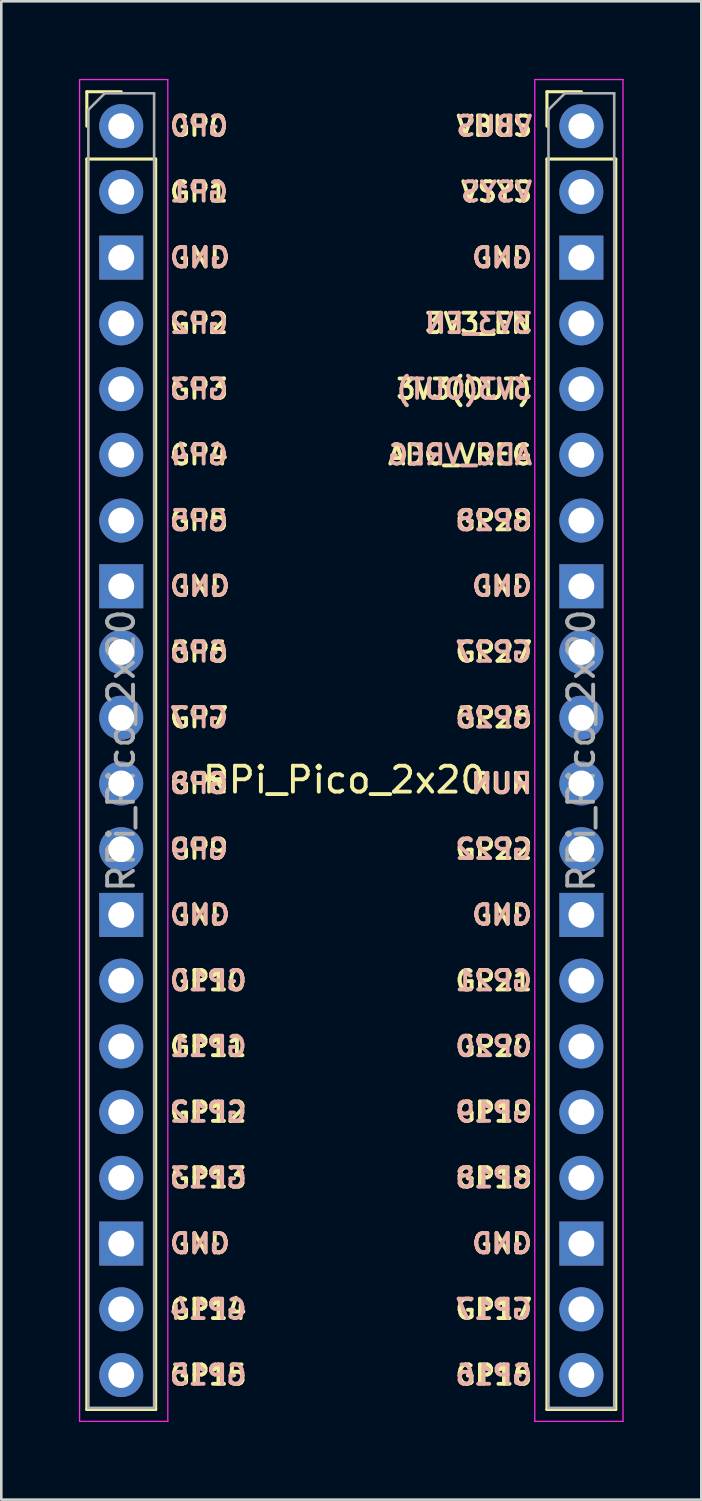
<source format=kicad_pcb>
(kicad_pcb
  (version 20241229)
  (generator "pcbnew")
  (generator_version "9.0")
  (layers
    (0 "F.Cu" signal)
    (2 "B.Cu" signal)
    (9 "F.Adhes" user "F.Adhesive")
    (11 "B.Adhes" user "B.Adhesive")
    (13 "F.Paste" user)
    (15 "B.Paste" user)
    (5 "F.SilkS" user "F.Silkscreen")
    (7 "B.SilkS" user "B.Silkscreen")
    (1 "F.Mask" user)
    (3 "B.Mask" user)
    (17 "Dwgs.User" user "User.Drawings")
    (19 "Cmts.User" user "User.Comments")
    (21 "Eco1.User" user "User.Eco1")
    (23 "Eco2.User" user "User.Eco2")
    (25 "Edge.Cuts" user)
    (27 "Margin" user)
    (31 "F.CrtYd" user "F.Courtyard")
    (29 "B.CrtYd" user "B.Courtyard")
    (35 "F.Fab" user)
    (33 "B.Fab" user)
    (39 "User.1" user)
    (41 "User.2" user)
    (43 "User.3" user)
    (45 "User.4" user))
  (footprint "RPi_Pico_2x20"
    (layer "F.Cu")
    (at 1.635 1.825)
    (property "Reference" "RPi_Pico_2x20" (at 8.61 25.26 0) (layer "F.SilkS") (effects (font (size 1 1) (thickness 0.15))))
    (attr through_hole exclude_from_bom)
    (fp_line (start -1.33 -1.33) (end 0 -1.33) (stroke (width 0.12) (type solid)) (layer "F.SilkS"))
    (fp_line (start -1.33 0) (end -1.33 -1.33) (stroke (width 0.12) (type solid)) (layer "F.SilkS"))
    (fp_line (start -1.33 1.27) (end -1.33 49.59) (stroke (width 0.12) (type solid)) (layer "F.SilkS"))
    (fp_line (start -1.33 1.27) (end 1.33 1.27) (stroke (width 0.12) (type solid)) (layer "F.SilkS"))
    (fp_line (start -1.33 49.59) (end 1.33 49.59) (stroke (width 0.12) (type solid)) (layer "F.SilkS"))
    (fp_line (start 1.33 1.27) (end 1.33 49.59) (stroke (width 0.12) (type solid)) (layer "F.SilkS"))
    (fp_line (start 16.45 -1.33) (end 17.78 -1.33) (stroke (width 0.12) (type solid)) (layer "F.SilkS"))
    (fp_line (start 16.45 0) (end 16.45 -1.33) (stroke (width 0.12) (type solid)) (layer "F.SilkS"))
    (fp_line (start 16.45 1.27) (end 16.45 49.59) (stroke (width 0.12) (type solid)) (layer "F.SilkS"))
    (fp_line (start 16.45 1.27) (end 19.11 1.27) (stroke (width 0.12) (type solid)) (layer "F.SilkS"))
    (fp_line (start 16.45 49.59) (end 19.11 49.59) (stroke (width 0.12) (type solid)) (layer "F.SilkS"))
    (fp_line (start 19.11 1.27) (end 19.11 49.59) (stroke (width 0.12) (type solid)) (layer "F.SilkS"))
    (fp_line (start -1.61 -1.8) (end -1.61 50.05) (stroke (width 0.05) (type solid)) (layer "F.CrtYd"))
    (fp_line (start -1.61 50.05) (end 1.8 50.05) (stroke (width 0.05) (type solid)) (layer "F.CrtYd"))
    (fp_line (start 1.8 -1.8) (end -1.61 -1.8) (stroke (width 0.05) (type solid)) (layer "F.CrtYd"))
    (fp_line (start 1.8 50.05) (end 1.8 -1.8) (stroke (width 0.05) (type solid)) (layer "F.CrtYd"))
    (fp_line (start 15.98 -1.8) (end 15.98 50.05) (stroke (width 0.05) (type solid)) (layer "F.CrtYd"))
    (fp_line (start 15.98 50.05) (end 19.39 50.05) (stroke (width 0.05) (type solid)) (layer "F.CrtYd"))
    (fp_line (start 19.39 -1.8) (end 15.98 -1.8) (stroke (width 0.05) (type solid)) (layer "F.CrtYd"))
    (fp_line (start 19.39 50.05) (end 19.39 -1.8) (stroke (width 0.05) (type solid)) (layer "F.CrtYd"))
    (fp_line (start -1.27 -0.635) (end -0.635 -1.27) (stroke (width 0.1) (type solid)) (layer "F.Fab"))
    (fp_line (start -1.27 49.53) (end -1.27 -0.635) (stroke (width 0.1) (type solid)) (layer "F.Fab"))
    (fp_line (start -0.635 -1.27) (end 1.27 -1.27) (stroke (width 0.1) (type solid)) (layer "F.Fab"))
    (fp_line (start 1.27 -1.27) (end 1.27 49.53) (stroke (width 0.1) (type solid)) (layer "F.Fab"))
    (fp_line (start 1.27 49.53) (end -1.27 49.53) (stroke (width 0.1) (type solid)) (layer "F.Fab"))
    (fp_line (start 16.51 -0.635) (end 17.145 -1.27) (stroke (width 0.1) (type solid)) (layer "F.Fab"))
    (fp_line (start 16.51 49.53) (end 16.51 -0.635) (stroke (width 0.1) (type solid)) (layer "F.Fab"))
    (fp_line (start 17.145 -1.27) (end 19.05 -1.27) (stroke (width 0.1) (type solid)) (layer "F.Fab"))
    (fp_line (start 19.05 -1.27) (end 19.05 49.53) (stroke (width 0.1) (type solid)) (layer "F.Fab"))
    (fp_line (start 19.05 49.53) (end 16.51 49.53) (stroke (width 0.1) (type solid)) (layer "F.Fab"))
    (fp_text user "GP15" (at 1.8 48.26 0) (unlocked yes) (layer "F.SilkS") (effects (font (size 0.75 0.75) (thickness 0.15)) (justify left)))
    (fp_text user "GND" (at 1.8 5.08 0) (unlocked yes) (layer "F.SilkS") (effects (font (size 0.75 0.75) (thickness 0.15)) (justify left)))
    (fp_text user "GP4" (at 1.8 12.7 0) (unlocked yes) (layer "F.SilkS") (effects (font (size 0.75 0.75) (thickness 0.15)) (justify left)))
    (fp_text user "3V3_EN" (at 15.96 7.62 0) (unlocked yes) (layer "F.SilkS") (effects (font (size 0.75 0.75) (thickness 0.15)) (justify right)))
    (fp_text user "GP28" (at 15.96 15.24 0) (unlocked yes) (layer "F.SilkS") (effects (font (size 0.75 0.75) (thickness 0.15)) (justify right)))
    (fp_text user "GP7" (at 1.8 22.86 0) (unlocked yes) (layer "F.SilkS") (effects (font (size 0.75 0.75) (thickness 0.15)) (justify left)))
    (fp_text user "GP11" (at 1.8 35.56 0) (unlocked yes) (layer "F.SilkS") (effects (font (size 0.75 0.75) (thickness 0.15)) (justify left)))
    (fp_text user "GP19" (at 15.96 38.1 0) (unlocked yes) (layer "F.SilkS") (effects (font (size 0.75 0.75) (thickness 0.15)) (justify right)))
    (fp_text user "GP5" (at 1.8 15.24 0) (unlocked yes) (layer "F.SilkS") (effects (font (size 0.75 0.75) (thickness 0.15)) (justify left)))
    (fp_text user "GP12" (at 1.8 38.1 0) (unlocked yes) (layer "F.SilkS") (effects (font (size 0.75 0.75) (thickness 0.15)) (justify left)))
    (fp_text user "GP26" (at 15.96 22.86 0) (unlocked yes) (layer "F.SilkS") (effects (font (size 0.75 0.75) (thickness 0.15)) (justify right)))
    (fp_text user "GP3" (at 1.8 10.16 0) (unlocked yes) (layer "F.SilkS") (effects (font (size 0.75 0.75) (thickness 0.15)) (justify left)))
    (fp_text user "GP10" (at 1.8 33.02 0) (unlocked yes) (layer "F.SilkS") (effects (font (size 0.75 0.75) (thickness 0.15)) (justify left)))
    (fp_text user "GND" (at 1.8 43.18 0) (unlocked yes) (layer "F.SilkS") (effects (font (size 0.75 0.75) (thickness 0.15)) (justify left)))
    (fp_text user "GP2" (at 1.8 7.62 0) (unlocked yes) (layer "F.SilkS") (effects (font (size 0.75 0.75) (thickness 0.15)) (justify left)))
    (fp_text user "GP21" (at 15.96 33.02 0) (unlocked yes) (layer "F.SilkS") (effects (font (size 0.75 0.75) (thickness 0.15)) (justify right)))
    (fp_text user "3V3(OUT)" (at 15.96 10.16 0) (unlocked yes) (layer "F.SilkS") (effects (font (size 0.75 0.75) (thickness 0.15)) (justify right)))
    (fp_text user "GND" (at 15.96 30.48 0) (unlocked yes) (layer "F.SilkS") (effects (font (size 0.75 0.75) (thickness 0.15)) (justify right)))
    (fp_text user "GP1" (at 1.8 2.54 0) (unlocked yes) (layer "F.SilkS") (effects (font (size 0.75 0.75) (thickness 0.15)) (justify left)))
    (fp_text user "GP9" (at 1.8 27.94 0) (unlocked yes) (layer "F.SilkS") (effects (font (size 0.75 0.75) (thickness 0.15)) (justify left)))
    (fp_text user "GP0" (at 1.8 0 0) (unlocked yes) (layer "F.SilkS") (effects (font (size 0.75 0.75) (thickness 0.15)) (justify left)))
    (fp_text user "GND" (at 1.8 30.48 0) (unlocked yes) (layer "F.SilkS") (effects (font (size 0.75 0.75) (thickness 0.15)) (justify left)))
    (fp_text user "GP17" (at 15.96 45.72 0) (unlocked yes) (layer "F.SilkS") (effects (font (size 0.75 0.75) (thickness 0.15)) (justify right)))
    (fp_text user "GND" (at 1.8 17.78 0) (unlocked yes) (layer "F.SilkS") (effects (font (size 0.75 0.75) (thickness 0.15)) (justify left)))
    (fp_text user "GP8" (at 1.8 25.4 0) (unlocked yes) (layer "F.SilkS") (effects (font (size 0.75 0.75) (thickness 0.15)) (justify left)))
    (fp_text user "GP6" (at 1.8 20.32 0) (unlocked yes) (layer "F.SilkS") (effects (font (size 0.75 0.75) (thickness 0.15)) (justify left)))
    (fp_text user "GP22" (at 15.96 27.94 0) (unlocked yes) (layer "F.SilkS") (effects (font (size 0.75 0.75) (thickness 0.15)) (justify right)))
    (fp_text user "GND" (at 15.96 17.78 0) (unlocked yes) (layer "F.SilkS") (effects (font (size 0.75 0.75) (thickness 0.15)) (justify right)))
    (fp_text user "VSYS" (at 15.96 2.54 0) (unlocked yes) (layer "F.SilkS") (effects (font (size 0.75 0.75) (thickness 0.15)) (justify right)))
    (fp_text user "GP16" (at 15.96 48.26 0) (unlocked yes) (layer "F.SilkS") (effects (font (size 0.75 0.75) (thickness 0.15)) (justify right)))
    (fp_text user "GP27" (at 15.96 20.32 0) (unlocked yes) (layer "F.SilkS") (effects (font (size 0.75 0.75) (thickness 0.15)) (justify right)))
    (fp_text user "GP18" (at 15.96 40.64 0) (unlocked yes) (layer "F.SilkS") (effects (font (size 0.75 0.75) (thickness 0.15)) (justify right)))
    (fp_text user "GP13" (at 1.8 40.64 0) (unlocked yes) (layer "F.SilkS") (effects (font (size 0.75 0.75) (thickness 0.15)) (justify left)))
    (fp_text user "GP14" (at 1.8 45.72 0) (unlocked yes) (layer "F.SilkS") (effects (font (size 0.75 0.75) (thickness 0.15)) (justify left)))
    (fp_text user "GND" (at 15.96 43.18 0) (unlocked yes) (layer "F.SilkS") (effects (font (size 0.75 0.75) (thickness 0.15)) (justify right)))
    (fp_text user "GND" (at 15.96 5.08 0) (unlocked yes) (layer "F.SilkS") (effects (font (size 0.75 0.75) (thickness 0.15)) (justify right)))
    (fp_text user "RUN" (at 15.96 25.4 0) (unlocked yes) (layer "F.SilkS") (effects (font (size 0.75 0.75) (thickness 0.15)) (justify right)))
    (fp_text user "GP20" (at 15.96 35.56 0) (unlocked yes) (layer "F.SilkS") (effects (font (size 0.75 0.75) (thickness 0.15)) (justify right)))
    (fp_text user "ADC_VREG" (at 15.96 12.7 0) (unlocked yes) (layer "F.SilkS") (effects (font (size 0.75 0.75) (thickness 0.15)) (justify right)))
    (fp_text user "VBUS" (at 15.96 0 0) (unlocked yes) (layer "F.SilkS") (effects (font (size 0.75 0.75) (thickness 0.15)) (justify right)))
    (fp_text user "GND" (at 1.8 43.18 0) (unlocked yes) (layer "B.SilkS") (effects (font (size 0.75 0.75) (thickness 0.15)) (justify right mirror)))
    (fp_text user "GP8" (at 1.8 25.4 0) (unlocked yes) (layer "B.SilkS") (effects (font (size 0.75 0.75) (thickness 0.15)) (justify right mirror)))
    (fp_text user "VSYS" (at 15.96 2.54 0) (unlocked yes) (layer "B.SilkS") (effects (font (size 0.75 0.75) (thickness 0.15)) (justify left mirror)))
    (fp_text user "GP2" (at 1.8 7.62 0) (unlocked yes) (layer "B.SilkS") (effects (font (size 0.75 0.75) (thickness 0.15)) (justify right mirror)))
    (fp_text user "GND" (at 1.8 5.08 0) (unlocked yes) (layer "B.SilkS") (effects (font (size 0.75 0.75) (thickness 0.15)) (justify right mirror)))
    (fp_text user "RUN" (at 15.96 25.4 0) (unlocked yes) (layer "B.SilkS") (effects (font (size 0.75 0.75) (thickness 0.15)) (justify left mirror)))
    (fp_text user "GP4" (at 1.8 12.7 0) (unlocked yes) (layer "B.SilkS") (effects (font (size 0.75 0.75) (thickness 0.15)) (justify right mirror)))
    (fp_text user "GP28" (at 15.96 15.24 0) (unlocked yes) (layer "B.SilkS") (effects (font (size 0.75 0.75) (thickness 0.15)) (justify left mirror)))
    (fp_text user "GP17" (at 15.96 45.72 0) (unlocked yes) (layer "B.SilkS") (effects (font (size 0.75 0.75) (thickness 0.15)) (justify left mirror)))
    (fp_text user "GP22" (at 15.96 27.94 0) (unlocked yes) (layer "B.SilkS") (effects (font (size 0.75 0.75) (thickness 0.15)) (justify left mirror)))
    (fp_text user "GP7" (at 1.8 22.86 0) (unlocked yes) (layer "B.SilkS") (effects (font (size 0.75 0.75) (thickness 0.15)) (justify right mirror)))
    (fp_text user "GP1" (at 1.8 2.54 0) (unlocked yes) (layer "B.SilkS") (effects (font (size 0.75 0.75) (thickness 0.15)) (justify right mirror)))
    (fp_text user "GP14" (at 1.8 45.72 0) (unlocked yes) (layer "B.SilkS") (effects (font (size 0.75 0.75) (thickness 0.15)) (justify right mirror)))
    (fp_text user "GP6" (at 1.8 20.32 0) (unlocked yes) (layer "B.SilkS") (effects (font (size 0.75 0.75) (thickness 0.15)) (justify right mirror)))
    (fp_text user "GND" (at 1.8 30.48 0) (unlocked yes) (layer "B.SilkS") (effects (font (size 0.75 0.75) (thickness 0.15)) (justify right mirror)))
    (fp_text user "GP0" (at 1.8 0 0) (unlocked yes) (layer "B.SilkS") (effects (font (size 0.75 0.75) (thickness 0.15)) (justify right mirror)))
    (fp_text user "GND" (at 15.96 30.48 0) (unlocked yes) (layer "B.SilkS") (effects (font (size 0.75 0.75) (thickness 0.15)) (justify left mirror)))
    (fp_text user "GP21" (at 15.96 33.02 0) (unlocked yes) (layer "B.SilkS") (effects (font (size 0.75 0.75) (thickness 0.15)) (justify left mirror)))
    (fp_text user "GND" (at 15.96 5.08 0) (unlocked yes) (layer "B.SilkS") (effects (font (size 0.75 0.75) (thickness 0.15)) (justify left mirror)))
    (fp_text user "GP9" (at 1.8 27.94 0) (unlocked yes) (layer "B.SilkS") (effects (font (size 0.75 0.75) (thickness 0.15)) (justify right mirror)))
    (fp_text user "GND" (at 15.96 17.78 0) (unlocked yes) (layer "B.SilkS") (effects (font (size 0.75 0.75) (thickness 0.15)) (justify left mirror)))
    (fp_text user "GP3" (at 1.8 10.16 0) (unlocked yes) (layer "B.SilkS") (effects (font (size 0.75 0.75) (thickness 0.15)) (justify right mirror)))
    (fp_text user "GP16" (at 15.96 48.26 0) (unlocked yes) (layer "B.SilkS") (effects (font (size 0.75 0.75) (thickness 0.15)) (justify left mirror)))
    (fp_text user "GP19" (at 15.96 38.1 0) (unlocked yes) (layer "B.SilkS") (effects (font (size 0.75 0.75) (thickness 0.15)) (justify left mirror)))
    (fp_text user "GND" (at 15.96 43.18 0) (unlocked yes) (layer "B.SilkS") (effects (font (size 0.75 0.75) (thickness 0.15)) (justify left mirror)))
    (fp_text user "GP12" (at 1.8 38.1 0) (unlocked yes) (layer "B.SilkS") (effects (font (size 0.75 0.75) (thickness 0.15)) (justify right mirror)))
    (fp_text user "3V3(OUT)" (at 15.96 10.16 0) (unlocked yes) (layer "B.SilkS") (effects (font (size 0.75 0.75) (thickness 0.15)) (justify left mirror)))
    (fp_text user "VBUS" (at 15.96 0 0) (unlocked yes) (layer "B.SilkS") (effects (font (size 0.75 0.75) (thickness 0.15)) (justify left mirror)))
    (fp_text user "GP10" (at 1.8 33.02 0) (unlocked yes) (layer "B.SilkS") (effects (font (size 0.75 0.75) (thickness 0.15)) (justify right mirror)))
    (fp_text user "GP18" (at 15.96 40.64 0) (unlocked yes) (layer "B.SilkS") (effects (font (size 0.75 0.75) (thickness 0.15)) (justify left mirror)))
    (fp_text user "GP20" (at 15.96 35.56 0) (unlocked yes) (layer "B.SilkS") (effects (font (size 0.75 0.75) (thickness 0.15)) (justify left mirror)))
    (fp_text user "GP13" (at 1.8 40.64 0) (unlocked yes) (layer "B.SilkS") (effects (font (size 0.75 0.75) (thickness 0.15)) (justify right mirror)))
    (fp_text user "GND" (at 1.8 17.78 0) (unlocked yes) (layer "B.SilkS") (effects (font (size 0.75 0.75) (thickness 0.15)) (justify right mirror)))
    (fp_text user "ADC_VREG" (at 15.96 12.7 0) (unlocked yes) (layer "B.SilkS") (effects (font (size 0.75 0.75) (thickness 0.15)) (justify left mirror)))
    (fp_text user "GP27" (at 15.96 20.32 0) (unlocked yes) (layer "B.SilkS") (effects (font (size 0.75 0.75) (thickness 0.15)) (justify left mirror)))
    (fp_text user "GP5" (at 1.8 15.24 0) (unlocked yes) (layer "B.SilkS") (effects (font (size 0.75 0.75) (thickness 0.15)) (justify right mirror)))
    (fp_text user "GP15" (at 1.8 48.26 0) (unlocked yes) (layer "B.SilkS") (effects (font (size 0.75 0.75) (thickness 0.15)) (justify right mirror)))
    (fp_text user "GP11" (at 1.8 35.56 0) (unlocked yes) (layer "B.SilkS") (effects (font (size 0.75 0.75) (thickness 0.15)) (justify right mirror)))
    (fp_text user "3V3_EN" (at 15.96 7.62 0) (unlocked yes) (layer "B.SilkS") (effects (font (size 0.75 0.75) (thickness 0.15)) (justify left mirror)))
    (fp_text user "GP26" (at 15.96 22.86 0) (unlocked yes) (layer "B.SilkS") (effects (font (size 0.75 0.75) (thickness 0.15)) (justify left mirror)))
    (fp_text user "${REFERENCE}" (at 17.78 24.13 90) (layer "F.Fab") (effects (font (size 1 1) (thickness 0.15))))
    (fp_text user "${REFERENCE}" (at 0 24.13 90) (layer "F.Fab") (effects (font (size 1 1) (thickness 0.15))))
    (pad "1" thru_hole oval (at 0 0) (size 1.7 1.7) (drill 1) (layers "*.Cu" "*.Mask"))
    (pad "2" thru_hole oval (at 0 2.54) (size 1.7 1.7) (drill 1) (layers "*.Cu" "*.Mask"))
    (pad "3" thru_hole rect (at 0 5.08) (size 1.7 1.7) (drill 1) (layers "*.Cu" "*.Mask"))
    (pad "4" thru_hole oval (at 0 7.62) (size 1.7 1.7) (drill 1) (layers "*.Cu" "*.Mask"))
    (pad "5" thru_hole oval (at 0 10.16) (size 1.7 1.7) (drill 1) (layers "*.Cu" "*.Mask"))
    (pad "6" thru_hole oval (at 0 12.7) (size 1.7 1.7) (drill 1) (layers "*.Cu" "*.Mask"))
    (pad "7" thru_hole oval (at 0 15.24) (size 1.7 1.7) (drill 1) (layers "*.Cu" "*.Mask"))
    (pad "8" thru_hole rect (at 0 17.78) (size 1.7 1.7) (drill 1) (layers "*.Cu" "*.Mask"))
    (pad "9" thru_hole oval (at 0 20.32) (size 1.7 1.7) (drill 1) (layers "*.Cu" "*.Mask"))
    (pad "10" thru_hole oval (at 0 22.86) (size 1.7 1.7) (drill 1) (layers "*.Cu" "*.Mask"))
    (pad "11" thru_hole oval (at 0 25.4) (size 1.7 1.7) (drill 1) (layers "*.Cu" "*.Mask"))
    (pad "12" thru_hole oval (at 0 27.94) (size 1.7 1.7) (drill 1) (layers "*.Cu" "*.Mask"))
    (pad "13" thru_hole rect (at 0 30.48) (size 1.7 1.7) (drill 1) (layers "*.Cu" "*.Mask"))
    (pad "14" thru_hole oval (at 0 33.02) (size 1.7 1.7) (drill 1) (layers "*.Cu" "*.Mask"))
    (pad "15" thru_hole oval (at 0 35.56) (size 1.7 1.7) (drill 1) (layers "*.Cu" "*.Mask"))
    (pad "16" thru_hole oval (at 0 38.1) (size 1.7 1.7) (drill 1) (layers "*.Cu" "*.Mask"))
    (pad "17" thru_hole oval (at 0 40.64) (size 1.7 1.7) (drill 1) (layers "*.Cu" "*.Mask"))
    (pad "18" thru_hole rect (at 0 43.18) (size 1.7 1.7) (drill 1) (layers "*.Cu" "*.Mask"))
    (pad "19" thru_hole oval (at 0 45.72) (size 1.7 1.7) (drill 1) (layers "*.Cu" "*.Mask"))
    (pad "20" thru_hole oval (at 0 48.26) (size 1.7 1.7) (drill 1) (layers "*.Cu" "*.Mask"))
    (pad "21" thru_hole oval (at 17.78 48.26) (size 1.7 1.7) (drill 1) (layers "*.Cu" "*.Mask"))
    (pad "22" thru_hole oval (at 17.78 45.72) (size 1.7 1.7) (drill 1) (layers "*.Cu" "*.Mask"))
    (pad "23" thru_hole rect (at 17.78 43.18) (size 1.7 1.7) (drill 1) (layers "*.Cu" "*.Mask"))
    (pad "24" thru_hole oval (at 17.78 40.64) (size 1.7 1.7) (drill 1) (layers "*.Cu" "*.Mask"))
    (pad "25" thru_hole oval (at 17.78 38.1) (size 1.7 1.7) (drill 1) (layers "*.Cu" "*.Mask"))
    (pad "26" thru_hole oval (at 17.78 35.56) (size 1.7 1.7) (drill 1) (layers "*.Cu" "*.Mask"))
    (pad "27" thru_hole oval (at 17.78 33.02) (size 1.7 1.7) (drill 1) (layers "*.Cu" "*.Mask"))
    (pad "28" thru_hole rect (at 17.78 30.48) (size 1.7 1.7) (drill 1) (layers "*.Cu" "*.Mask"))
    (pad "29" thru_hole oval (at 17.78 27.94) (size 1.7 1.7) (drill 1) (layers "*.Cu" "*.Mask"))
    (pad "30" thru_hole oval (at 17.78 25.4) (size 1.7 1.7) (drill 1) (layers "*.Cu" "*.Mask"))
    (pad "31" thru_hole oval (at 17.78 22.86) (size 1.7 1.7) (drill 1) (layers "*.Cu" "*.Mask"))
    (pad "32" thru_hole oval (at 17.78 20.32) (size 1.7 1.7) (drill 1) (layers "*.Cu" "*.Mask"))
    (pad "33" thru_hole rect (at 17.78 17.78) (size 1.7 1.7) (drill 1) (layers "*.Cu" "*.Mask"))
    (pad "34" thru_hole oval (at 17.78 15.24) (size 1.7 1.7) (drill 1) (layers "*.Cu" "*.Mask"))
    (pad "35" thru_hole oval (at 17.78 12.7) (size 1.7 1.7) (drill 1) (layers "*.Cu" "*.Mask"))
    (pad "36" thru_hole oval (at 17.78 10.16) (size 1.7 1.7) (drill 1) (layers "*.Cu" "*.Mask"))
    (pad "37" thru_hole oval (at 17.78 7.62) (size 1.7 1.7) (drill 1) (layers "*.Cu" "*.Mask"))
    (pad "38" thru_hole rect (at 17.78 5.08) (size 1.7 1.7) (drill 1) (layers "*.Cu" "*.Mask"))
    (pad "39" thru_hole oval (at 17.78 2.54) (size 1.7 1.7) (drill 1) (layers "*.Cu" "*.Mask"))
    (pad "40" thru_hole oval (at 17.78 0) (size 1.7 1.7) (drill 1) (layers "*.Cu" "*.Mask")))
  (gr_rect
    (start -3 -3)
    (end 24.05 54.9)
    (stroke (width 0.1) (type default))
    (fill no)
    (layer "Edge.Cuts")))
</source>
